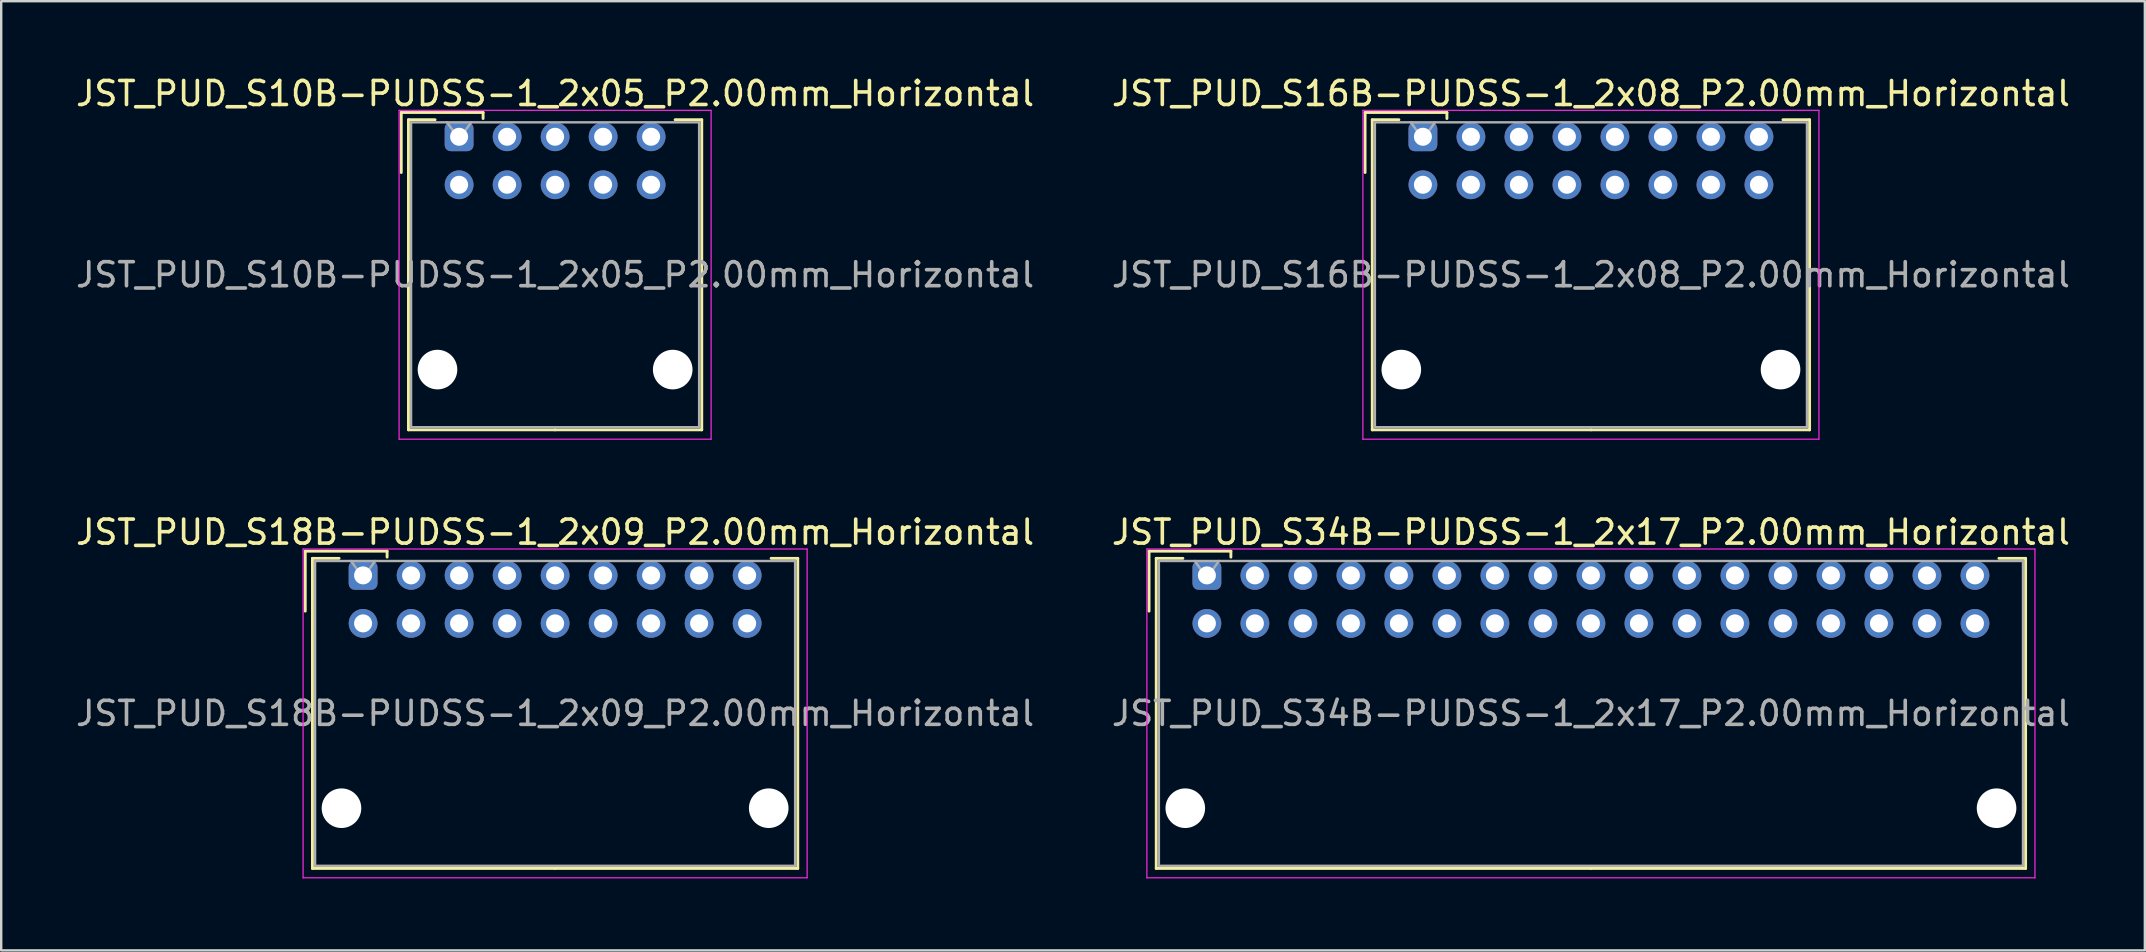
<source format=kicad_pcb>
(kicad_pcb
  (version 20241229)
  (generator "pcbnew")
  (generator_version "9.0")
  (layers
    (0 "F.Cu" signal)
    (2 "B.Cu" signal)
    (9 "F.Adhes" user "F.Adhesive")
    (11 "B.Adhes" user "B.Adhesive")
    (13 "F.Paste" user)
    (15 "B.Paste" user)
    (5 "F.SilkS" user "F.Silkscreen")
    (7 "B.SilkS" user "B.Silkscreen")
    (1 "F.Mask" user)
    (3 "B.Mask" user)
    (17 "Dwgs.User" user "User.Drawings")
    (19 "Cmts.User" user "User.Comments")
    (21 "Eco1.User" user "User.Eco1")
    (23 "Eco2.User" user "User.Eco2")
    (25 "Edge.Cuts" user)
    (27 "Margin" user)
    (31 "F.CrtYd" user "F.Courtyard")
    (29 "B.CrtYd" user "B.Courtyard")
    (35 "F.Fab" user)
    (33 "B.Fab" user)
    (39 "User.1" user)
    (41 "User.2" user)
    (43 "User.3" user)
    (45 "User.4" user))
  (footprint "JST_PUD_S18B-PUDSS-1_2x09_P2.00mm_Horizontal"
    (layer "F.Cu")
    (at 12.077 20.922)
    (property "Reference" "JST_PUD_S18B-PUDSS-1_2x09_P2.00mm_Horizontal" (at 8 -1.8 0) (layer "F.SilkS") (effects (font (size 1 1) (thickness 0.15))))
    (attr through_hole)
    (fp_line (start -2.41 -1.01) (end -2.41 1.49) (stroke (width 0.12) (type solid)) (layer "F.SilkS"))
    (fp_line (start -2.11 -0.71) (end -2.11 12.21) (stroke (width 0.12) (type solid)) (layer "F.SilkS"))
    (fp_line (start -2.11 12.21) (end 8 12.21) (stroke (width 0.12) (type solid)) (layer "F.SilkS"))
    (fp_line (start -1 -0.71) (end -2.11 -0.71) (stroke (width 0.12) (type solid)) (layer "F.SilkS"))
    (fp_line (start 1 -1.01) (end -2.41 -1.01) (stroke (width 0.12) (type solid)) (layer "F.SilkS"))
    (fp_line (start 1 -0.76) (end 1 -1.01) (stroke (width 0.12) (type solid)) (layer "F.SilkS"))
    (fp_line (start 17 -0.71) (end 18.11 -0.71) (stroke (width 0.12) (type solid)) (layer "F.SilkS"))
    (fp_line (start 18.11 -0.71) (end 18.11 12.21) (stroke (width 0.12) (type solid)) (layer "F.SilkS"))
    (fp_line (start 18.11 12.21) (end 8 12.21) (stroke (width 0.12) (type solid)) (layer "F.SilkS"))
    (fp_line (start -2.5 -1.1) (end -2.5 12.6) (stroke (width 0.05) (type solid)) (layer "F.CrtYd"))
    (fp_line (start -2.5 12.6) (end 18.5 12.6) (stroke (width 0.05) (type solid)) (layer "F.CrtYd"))
    (fp_line (start 18.5 -1.1) (end -2.5 -1.1) (stroke (width 0.05) (type solid)) (layer "F.CrtYd"))
    (fp_line (start 18.5 12.6) (end 18.5 -1.1) (stroke (width 0.05) (type solid)) (layer "F.CrtYd"))
    (fp_line (start -2 -0.6) (end -2 12.1) (stroke (width 0.1) (type solid)) (layer "F.Fab"))
    (fp_line (start -2 12.1) (end 18 12.1) (stroke (width 0.1) (type solid)) (layer "F.Fab"))
    (fp_line (start 0 0.107) (end -0.5 -0.6) (stroke (width 0.1) (type solid)) (layer "F.Fab"))
    (fp_line (start 0.5 -0.6) (end 0 0.107) (stroke (width 0.1) (type solid)) (layer "F.Fab"))
    (fp_line (start 18 -0.6) (end -2 -0.6) (stroke (width 0.1) (type solid)) (layer "F.Fab"))
    (fp_line (start 18 12.1) (end 18 -0.6) (stroke (width 0.1) (type solid)) (layer "F.Fab"))
    (fp_text user "${REFERENCE}" (at 8 5.75 0) (layer "F.Fab") (effects (font (size 1 1) (thickness 0.15))))
    (pad "" np_thru_hole circle (at -0.9 9.7) (size 1.65 1.65) (drill 1.65) (layers "*.Cu" "*.Mask"))
    (pad "" np_thru_hole circle (at 16.9 9.7) (size 1.65 1.65) (drill 1.65) (layers "*.Cu" "*.Mask"))
    (pad "1" thru_hole roundrect (at 0 0) (size 1.2 1.2) (drill 0.75) (layers "*.Cu" "*.Mask") (roundrect_rratio 0.208))
    (pad "2" thru_hole circle (at 0 2) (size 1.2 1.2) (drill 0.75) (layers "*.Cu" "*.Mask"))
    (pad "3" thru_hole circle (at 2 0) (size 1.2 1.2) (drill 0.75) (layers "*.Cu" "*.Mask"))
    (pad "4" thru_hole circle (at 2 2) (size 1.2 1.2) (drill 0.75) (layers "*.Cu" "*.Mask"))
    (pad "5" thru_hole circle (at 4 0) (size 1.2 1.2) (drill 0.75) (layers "*.Cu" "*.Mask"))
    (pad "6" thru_hole circle (at 4 2) (size 1.2 1.2) (drill 0.75) (layers "*.Cu" "*.Mask"))
    (pad "7" thru_hole circle (at 6 0) (size 1.2 1.2) (drill 0.75) (layers "*.Cu" "*.Mask"))
    (pad "8" thru_hole circle (at 6 2) (size 1.2 1.2) (drill 0.75) (layers "*.Cu" "*.Mask"))
    (pad "9" thru_hole circle (at 8 0) (size 1.2 1.2) (drill 0.75) (layers "*.Cu" "*.Mask"))
    (pad "10" thru_hole circle (at 8 2) (size 1.2 1.2) (drill 0.75) (layers "*.Cu" "*.Mask"))
    (pad "11" thru_hole circle (at 10 0) (size 1.2 1.2) (drill 0.75) (layers "*.Cu" "*.Mask"))
    (pad "12" thru_hole circle (at 10 2) (size 1.2 1.2) (drill 0.75) (layers "*.Cu" "*.Mask"))
    (pad "13" thru_hole circle (at 12 0) (size 1.2 1.2) (drill 0.75) (layers "*.Cu" "*.Mask"))
    (pad "14" thru_hole circle (at 12 2) (size 1.2 1.2) (drill 0.75) (layers "*.Cu" "*.Mask"))
    (pad "15" thru_hole circle (at 14 0) (size 1.2 1.2) (drill 0.75) (layers "*.Cu" "*.Mask"))
    (pad "16" thru_hole circle (at 14 2) (size 1.2 1.2) (drill 0.75) (layers "*.Cu" "*.Mask"))
    (pad "17" thru_hole circle (at 16 0) (size 1.2 1.2) (drill 0.75) (layers "*.Cu" "*.Mask"))
    (pad "18" thru_hole circle (at 16 2) (size 1.2 1.2) (drill 0.75) (layers "*.Cu" "*.Mask")))
  (footprint "JST_PUD_S34B-PUDSS-1_2x17_P2.00mm_Horizontal"
    (layer "F.Cu")
    (at 47.232 20.922)
    (property "Reference" "JST_PUD_S34B-PUDSS-1_2x17_P2.00mm_Horizontal" (at 16 -1.8 0) (layer "F.SilkS") (effects (font (size 1 1) (thickness 0.15))))
    (attr through_hole)
    (fp_line (start -2.41 -1.01) (end -2.41 1.49) (stroke (width 0.12) (type solid)) (layer "F.SilkS"))
    (fp_line (start -2.11 -0.71) (end -2.11 12.21) (stroke (width 0.12) (type solid)) (layer "F.SilkS"))
    (fp_line (start -2.11 12.21) (end 16 12.21) (stroke (width 0.12) (type solid)) (layer "F.SilkS"))
    (fp_line (start -1 -0.71) (end -2.11 -0.71) (stroke (width 0.12) (type solid)) (layer "F.SilkS"))
    (fp_line (start 1 -1.01) (end -2.41 -1.01) (stroke (width 0.12) (type solid)) (layer "F.SilkS"))
    (fp_line (start 1 -0.76) (end 1 -1.01) (stroke (width 0.12) (type solid)) (layer "F.SilkS"))
    (fp_line (start 33 -0.71) (end 34.11 -0.71) (stroke (width 0.12) (type solid)) (layer "F.SilkS"))
    (fp_line (start 34.11 -0.71) (end 34.11 12.21) (stroke (width 0.12) (type solid)) (layer "F.SilkS"))
    (fp_line (start 34.11 12.21) (end 16 12.21) (stroke (width 0.12) (type solid)) (layer "F.SilkS"))
    (fp_line (start -2.5 -1.1) (end -2.5 12.6) (stroke (width 0.05) (type solid)) (layer "F.CrtYd"))
    (fp_line (start -2.5 12.6) (end 34.5 12.6) (stroke (width 0.05) (type solid)) (layer "F.CrtYd"))
    (fp_line (start 34.5 -1.1) (end -2.5 -1.1) (stroke (width 0.05) (type solid)) (layer "F.CrtYd"))
    (fp_line (start 34.5 12.6) (end 34.5 -1.1) (stroke (width 0.05) (type solid)) (layer "F.CrtYd"))
    (fp_line (start -2 -0.6) (end -2 12.1) (stroke (width 0.1) (type solid)) (layer "F.Fab"))
    (fp_line (start -2 12.1) (end 34 12.1) (stroke (width 0.1) (type solid)) (layer "F.Fab"))
    (fp_line (start 0 0.107) (end -0.5 -0.6) (stroke (width 0.1) (type solid)) (layer "F.Fab"))
    (fp_line (start 0.5 -0.6) (end 0 0.107) (stroke (width 0.1) (type solid)) (layer "F.Fab"))
    (fp_line (start 34 -0.6) (end -2 -0.6) (stroke (width 0.1) (type solid)) (layer "F.Fab"))
    (fp_line (start 34 12.1) (end 34 -0.6) (stroke (width 0.1) (type solid)) (layer "F.Fab"))
    (fp_text user "${REFERENCE}" (at 16 5.75 0) (layer "F.Fab") (effects (font (size 1 1) (thickness 0.15))))
    (pad "" np_thru_hole circle (at -0.9 9.7) (size 1.65 1.65) (drill 1.65) (layers "*.Cu" "*.Mask"))
    (pad "" np_thru_hole circle (at 32.9 9.7) (size 1.65 1.65) (drill 1.65) (layers "*.Cu" "*.Mask"))
    (pad "1" thru_hole roundrect (at 0 0) (size 1.2 1.2) (drill 0.75) (layers "*.Cu" "*.Mask") (roundrect_rratio 0.208))
    (pad "2" thru_hole circle (at 0 2) (size 1.2 1.2) (drill 0.75) (layers "*.Cu" "*.Mask"))
    (pad "3" thru_hole circle (at 2 0) (size 1.2 1.2) (drill 0.75) (layers "*.Cu" "*.Mask"))
    (pad "4" thru_hole circle (at 2 2) (size 1.2 1.2) (drill 0.75) (layers "*.Cu" "*.Mask"))
    (pad "5" thru_hole circle (at 4 0) (size 1.2 1.2) (drill 0.75) (layers "*.Cu" "*.Mask"))
    (pad "6" thru_hole circle (at 4 2) (size 1.2 1.2) (drill 0.75) (layers "*.Cu" "*.Mask"))
    (pad "7" thru_hole circle (at 6 0) (size 1.2 1.2) (drill 0.75) (layers "*.Cu" "*.Mask"))
    (pad "8" thru_hole circle (at 6 2) (size 1.2 1.2) (drill 0.75) (layers "*.Cu" "*.Mask"))
    (pad "9" thru_hole circle (at 8 0) (size 1.2 1.2) (drill 0.75) (layers "*.Cu" "*.Mask"))
    (pad "10" thru_hole circle (at 8 2) (size 1.2 1.2) (drill 0.75) (layers "*.Cu" "*.Mask"))
    (pad "11" thru_hole circle (at 10 0) (size 1.2 1.2) (drill 0.75) (layers "*.Cu" "*.Mask"))
    (pad "12" thru_hole circle (at 10 2) (size 1.2 1.2) (drill 0.75) (layers "*.Cu" "*.Mask"))
    (pad "13" thru_hole circle (at 12 0) (size 1.2 1.2) (drill 0.75) (layers "*.Cu" "*.Mask"))
    (pad "14" thru_hole circle (at 12 2) (size 1.2 1.2) (drill 0.75) (layers "*.Cu" "*.Mask"))
    (pad "15" thru_hole circle (at 14 0) (size 1.2 1.2) (drill 0.75) (layers "*.Cu" "*.Mask"))
    (pad "16" thru_hole circle (at 14 2) (size 1.2 1.2) (drill 0.75) (layers "*.Cu" "*.Mask"))
    (pad "17" thru_hole circle (at 16 0) (size 1.2 1.2) (drill 0.75) (layers "*.Cu" "*.Mask"))
    (pad "18" thru_hole circle (at 16 2) (size 1.2 1.2) (drill 0.75) (layers "*.Cu" "*.Mask"))
    (pad "19" thru_hole circle (at 18 0) (size 1.2 1.2) (drill 0.75) (layers "*.Cu" "*.Mask"))
    (pad "20" thru_hole circle (at 18 2) (size 1.2 1.2) (drill 0.75) (layers "*.Cu" "*.Mask"))
    (pad "21" thru_hole circle (at 20 0) (size 1.2 1.2) (drill 0.75) (layers "*.Cu" "*.Mask"))
    (pad "22" thru_hole circle (at 20 2) (size 1.2 1.2) (drill 0.75) (layers "*.Cu" "*.Mask"))
    (pad "23" thru_hole circle (at 22 0) (size 1.2 1.2) (drill 0.75) (layers "*.Cu" "*.Mask"))
    (pad "24" thru_hole circle (at 22 2) (size 1.2 1.2) (drill 0.75) (layers "*.Cu" "*.Mask"))
    (pad "25" thru_hole circle (at 24 0) (size 1.2 1.2) (drill 0.75) (layers "*.Cu" "*.Mask"))
    (pad "26" thru_hole circle (at 24 2) (size 1.2 1.2) (drill 0.75) (layers "*.Cu" "*.Mask"))
    (pad "27" thru_hole circle (at 26 0) (size 1.2 1.2) (drill 0.75) (layers "*.Cu" "*.Mask"))
    (pad "28" thru_hole circle (at 26 2) (size 1.2 1.2) (drill 0.75) (layers "*.Cu" "*.Mask"))
    (pad "29" thru_hole circle (at 28 0) (size 1.2 1.2) (drill 0.75) (layers "*.Cu" "*.Mask"))
    (pad "30" thru_hole circle (at 28 2) (size 1.2 1.2) (drill 0.75) (layers "*.Cu" "*.Mask"))
    (pad "31" thru_hole circle (at 30 0) (size 1.2 1.2) (drill 0.75) (layers "*.Cu" "*.Mask"))
    (pad "32" thru_hole circle (at 30 2) (size 1.2 1.2) (drill 0.75) (layers "*.Cu" "*.Mask"))
    (pad "33" thru_hole circle (at 32 0) (size 1.2 1.2) (drill 0.75) (layers "*.Cu" "*.Mask"))
    (pad "34" thru_hole circle (at 32 2) (size 1.2 1.2) (drill 0.75) (layers "*.Cu" "*.Mask")))
  (footprint "JST_PUD_S16B-PUDSS-1_2x08_P2.00mm_Horizontal"
    (layer "F.Cu")
    (at 56.232 2.648)
    (property "Reference" "JST_PUD_S16B-PUDSS-1_2x08_P2.00mm_Horizontal" (at 7 -1.8 0) (layer "F.SilkS") (effects (font (size 1 1) (thickness 0.15))))
    (attr through_hole)
    (fp_line (start -2.41 -1.01) (end -2.41 1.49) (stroke (width 0.12) (type solid)) (layer "F.SilkS"))
    (fp_line (start -2.11 -0.71) (end -2.11 12.21) (stroke (width 0.12) (type solid)) (layer "F.SilkS"))
    (fp_line (start -2.11 12.21) (end 7 12.21) (stroke (width 0.12) (type solid)) (layer "F.SilkS"))
    (fp_line (start -1 -0.71) (end -2.11 -0.71) (stroke (width 0.12) (type solid)) (layer "F.SilkS"))
    (fp_line (start 1 -1.01) (end -2.41 -1.01) (stroke (width 0.12) (type solid)) (layer "F.SilkS"))
    (fp_line (start 1 -0.76) (end 1 -1.01) (stroke (width 0.12) (type solid)) (layer "F.SilkS"))
    (fp_line (start 15 -0.71) (end 16.11 -0.71) (stroke (width 0.12) (type solid)) (layer "F.SilkS"))
    (fp_line (start 16.11 -0.71) (end 16.11 12.21) (stroke (width 0.12) (type solid)) (layer "F.SilkS"))
    (fp_line (start 16.11 12.21) (end 7 12.21) (stroke (width 0.12) (type solid)) (layer "F.SilkS"))
    (fp_line (start -2.5 -1.1) (end -2.5 12.6) (stroke (width 0.05) (type solid)) (layer "F.CrtYd"))
    (fp_line (start -2.5 12.6) (end 16.5 12.6) (stroke (width 0.05) (type solid)) (layer "F.CrtYd"))
    (fp_line (start 16.5 -1.1) (end -2.5 -1.1) (stroke (width 0.05) (type solid)) (layer "F.CrtYd"))
    (fp_line (start 16.5 12.6) (end 16.5 -1.1) (stroke (width 0.05) (type solid)) (layer "F.CrtYd"))
    (fp_line (start -2 -0.6) (end -2 12.1) (stroke (width 0.1) (type solid)) (layer "F.Fab"))
    (fp_line (start -2 12.1) (end 16 12.1) (stroke (width 0.1) (type solid)) (layer "F.Fab"))
    (fp_line (start 0 0.107) (end -0.5 -0.6) (stroke (width 0.1) (type solid)) (layer "F.Fab"))
    (fp_line (start 0.5 -0.6) (end 0 0.107) (stroke (width 0.1) (type solid)) (layer "F.Fab"))
    (fp_line (start 16 -0.6) (end -2 -0.6) (stroke (width 0.1) (type solid)) (layer "F.Fab"))
    (fp_line (start 16 12.1) (end 16 -0.6) (stroke (width 0.1) (type solid)) (layer "F.Fab"))
    (fp_text user "${REFERENCE}" (at 7 5.75 0) (layer "F.Fab") (effects (font (size 1 1) (thickness 0.15))))
    (pad "" np_thru_hole circle (at -0.9 9.7) (size 1.65 1.65) (drill 1.65) (layers "*.Cu" "*.Mask"))
    (pad "" np_thru_hole circle (at 14.9 9.7) (size 1.65 1.65) (drill 1.65) (layers "*.Cu" "*.Mask"))
    (pad "1" thru_hole roundrect (at 0 0) (size 1.2 1.2) (drill 0.75) (layers "*.Cu" "*.Mask") (roundrect_rratio 0.208))
    (pad "2" thru_hole circle (at 0 2) (size 1.2 1.2) (drill 0.75) (layers "*.Cu" "*.Mask"))
    (pad "3" thru_hole circle (at 2 0) (size 1.2 1.2) (drill 0.75) (layers "*.Cu" "*.Mask"))
    (pad "4" thru_hole circle (at 2 2) (size 1.2 1.2) (drill 0.75) (layers "*.Cu" "*.Mask"))
    (pad "5" thru_hole circle (at 4 0) (size 1.2 1.2) (drill 0.75) (layers "*.Cu" "*.Mask"))
    (pad "6" thru_hole circle (at 4 2) (size 1.2 1.2) (drill 0.75) (layers "*.Cu" "*.Mask"))
    (pad "7" thru_hole circle (at 6 0) (size 1.2 1.2) (drill 0.75) (layers "*.Cu" "*.Mask"))
    (pad "8" thru_hole circle (at 6 2) (size 1.2 1.2) (drill 0.75) (layers "*.Cu" "*.Mask"))
    (pad "9" thru_hole circle (at 8 0) (size 1.2 1.2) (drill 0.75) (layers "*.Cu" "*.Mask"))
    (pad "10" thru_hole circle (at 8 2) (size 1.2 1.2) (drill 0.75) (layers "*.Cu" "*.Mask"))
    (pad "11" thru_hole circle (at 10 0) (size 1.2 1.2) (drill 0.75) (layers "*.Cu" "*.Mask"))
    (pad "12" thru_hole circle (at 10 2) (size 1.2 1.2) (drill 0.75) (layers "*.Cu" "*.Mask"))
    (pad "13" thru_hole circle (at 12 0) (size 1.2 1.2) (drill 0.75) (layers "*.Cu" "*.Mask"))
    (pad "14" thru_hole circle (at 12 2) (size 1.2 1.2) (drill 0.75) (layers "*.Cu" "*.Mask"))
    (pad "15" thru_hole circle (at 14 0) (size 1.2 1.2) (drill 0.75) (layers "*.Cu" "*.Mask"))
    (pad "16" thru_hole circle (at 14 2) (size 1.2 1.2) (drill 0.75) (layers "*.Cu" "*.Mask")))
  (footprint "JST_PUD_S10B-PUDSS-1_2x05_P2.00mm_Horizontal"
    (layer "F.Cu")
    (at 16.077 2.648)
    (property "Reference" "JST_PUD_S10B-PUDSS-1_2x05_P2.00mm_Horizontal" (at 4 -1.8 0) (layer "F.SilkS") (effects (font (size 1 1) (thickness 0.15))))
    (attr through_hole)
    (fp_line (start -2.41 -1.01) (end -2.41 1.49) (stroke (width 0.12) (type solid)) (layer "F.SilkS"))
    (fp_line (start -2.11 -0.71) (end -2.11 12.21) (stroke (width 0.12) (type solid)) (layer "F.SilkS"))
    (fp_line (start -2.11 12.21) (end 4 12.21) (stroke (width 0.12) (type solid)) (layer "F.SilkS"))
    (fp_line (start -1 -0.71) (end -2.11 -0.71) (stroke (width 0.12) (type solid)) (layer "F.SilkS"))
    (fp_line (start 1 -1.01) (end -2.41 -1.01) (stroke (width 0.12) (type solid)) (layer "F.SilkS"))
    (fp_line (start 1 -0.76) (end 1 -1.01) (stroke (width 0.12) (type solid)) (layer "F.SilkS"))
    (fp_line (start 9 -0.71) (end 10.11 -0.71) (stroke (width 0.12) (type solid)) (layer "F.SilkS"))
    (fp_line (start 10.11 -0.71) (end 10.11 12.21) (stroke (width 0.12) (type solid)) (layer "F.SilkS"))
    (fp_line (start 10.11 12.21) (end 4 12.21) (stroke (width 0.12) (type solid)) (layer "F.SilkS"))
    (fp_line (start -2.5 -1.1) (end -2.5 12.6) (stroke (width 0.05) (type solid)) (layer "F.CrtYd"))
    (fp_line (start -2.5 12.6) (end 10.5 12.6) (stroke (width 0.05) (type solid)) (layer "F.CrtYd"))
    (fp_line (start 10.5 -1.1) (end -2.5 -1.1) (stroke (width 0.05) (type solid)) (layer "F.CrtYd"))
    (fp_line (start 10.5 12.6) (end 10.5 -1.1) (stroke (width 0.05) (type solid)) (layer "F.CrtYd"))
    (fp_line (start -2 -0.6) (end -2 12.1) (stroke (width 0.1) (type solid)) (layer "F.Fab"))
    (fp_line (start -2 12.1) (end 10 12.1) (stroke (width 0.1) (type solid)) (layer "F.Fab"))
    (fp_line (start 0 0.107) (end -0.5 -0.6) (stroke (width 0.1) (type solid)) (layer "F.Fab"))
    (fp_line (start 0.5 -0.6) (end 0 0.107) (stroke (width 0.1) (type solid)) (layer "F.Fab"))
    (fp_line (start 10 -0.6) (end -2 -0.6) (stroke (width 0.1) (type solid)) (layer "F.Fab"))
    (fp_line (start 10 12.1) (end 10 -0.6) (stroke (width 0.1) (type solid)) (layer "F.Fab"))
    (fp_text user "${REFERENCE}" (at 4 5.75 0) (layer "F.Fab") (effects (font (size 1 1) (thickness 0.15))))
    (pad "" np_thru_hole circle (at -0.9 9.7) (size 1.65 1.65) (drill 1.65) (layers "*.Cu" "*.Mask"))
    (pad "" np_thru_hole circle (at 8.9 9.7) (size 1.65 1.65) (drill 1.65) (layers "*.Cu" "*.Mask"))
    (pad "1" thru_hole roundrect (at 0 0) (size 1.2 1.2) (drill 0.75) (layers "*.Cu" "*.Mask") (roundrect_rratio 0.208))
    (pad "2" thru_hole circle (at 0 2) (size 1.2 1.2) (drill 0.75) (layers "*.Cu" "*.Mask"))
    (pad "3" thru_hole circle (at 2 0) (size 1.2 1.2) (drill 0.75) (layers "*.Cu" "*.Mask"))
    (pad "4" thru_hole circle (at 2 2) (size 1.2 1.2) (drill 0.75) (layers "*.Cu" "*.Mask"))
    (pad "5" thru_hole circle (at 4 0) (size 1.2 1.2) (drill 0.75) (layers "*.Cu" "*.Mask"))
    (pad "6" thru_hole circle (at 4 2) (size 1.2 1.2) (drill 0.75) (layers "*.Cu" "*.Mask"))
    (pad "7" thru_hole circle (at 6 0) (size 1.2 1.2) (drill 0.75) (layers "*.Cu" "*.Mask"))
    (pad "8" thru_hole circle (at 6 2) (size 1.2 1.2) (drill 0.75) (layers "*.Cu" "*.Mask"))
    (pad "9" thru_hole circle (at 8 0) (size 1.2 1.2) (drill 0.75) (layers "*.Cu" "*.Mask"))
    (pad "10" thru_hole circle (at 8 2) (size 1.2 1.2) (drill 0.75) (layers "*.Cu" "*.Mask")))
  (gr_rect
    (start -3 -3)
    (end 86.31 36.547)
    (stroke (width 0.1) (type default))
    (fill no)
    (layer "Edge.Cuts")))
</source>
